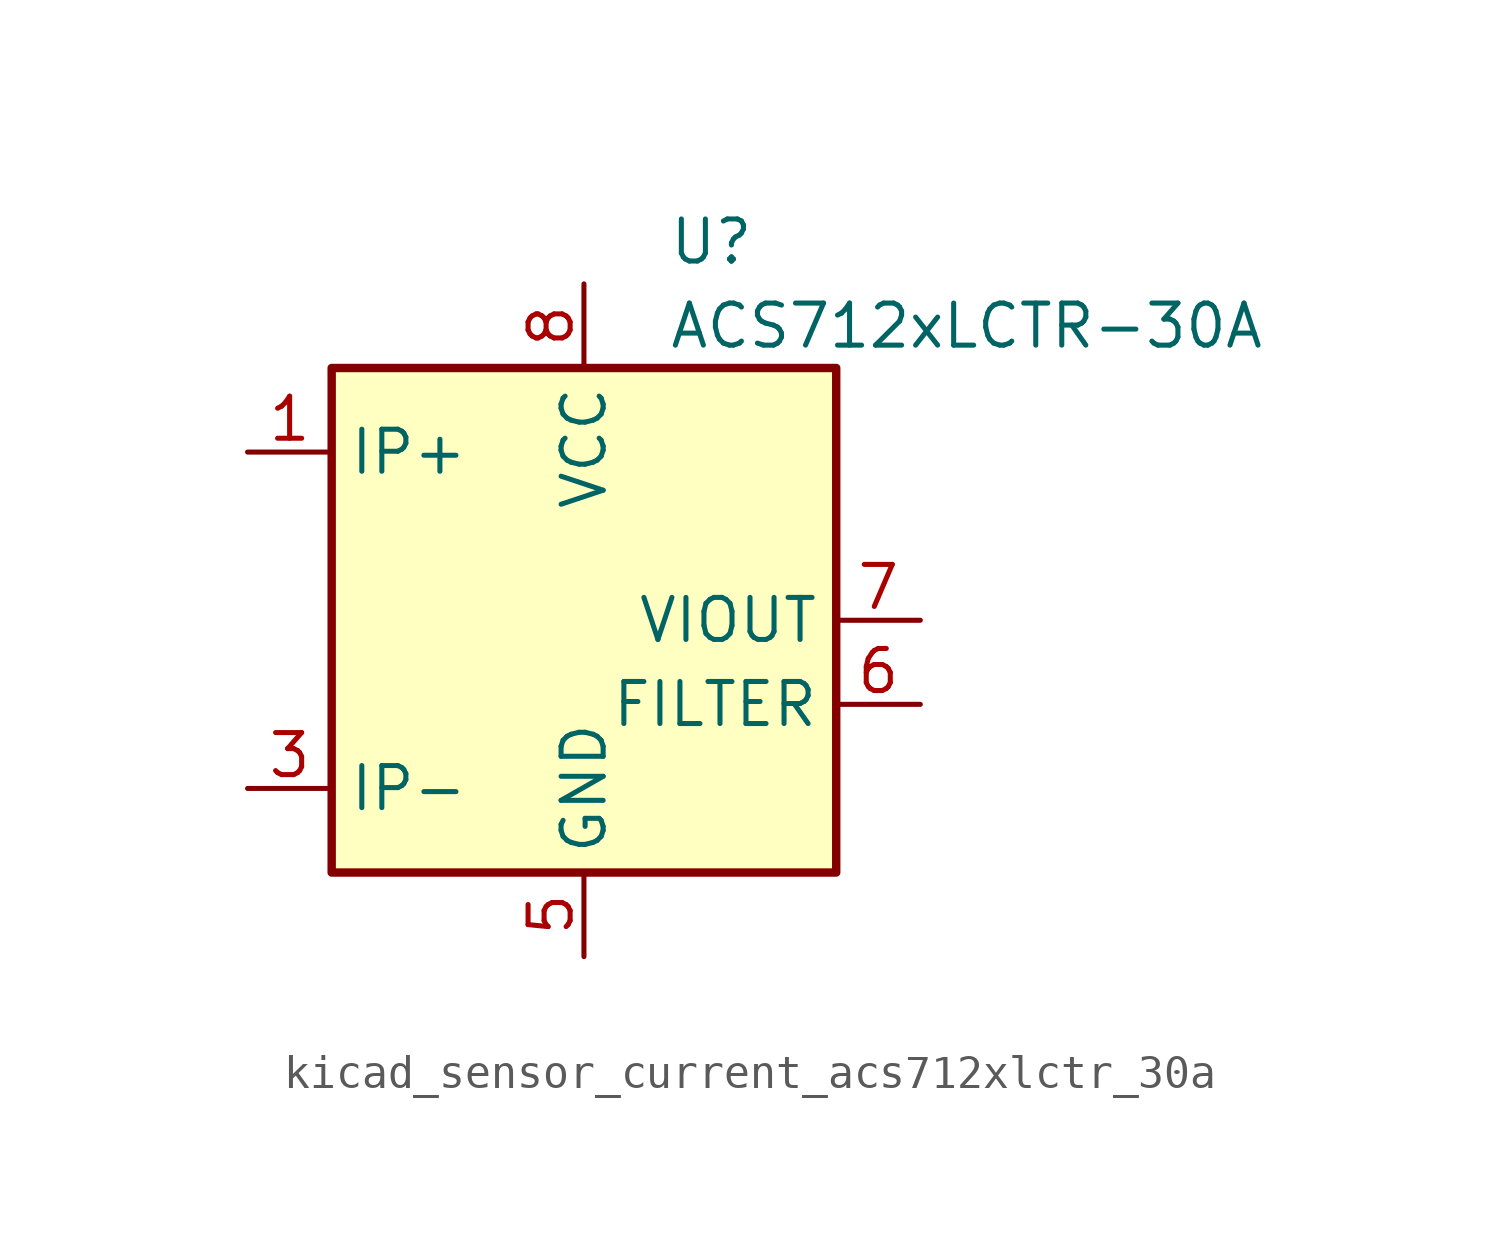
<source format=kicad_sym>
(kicad_symbol_lib
  (version 20220914)
  (generator kicad_symbol_editor)
  (symbol "kicad_sensor_current_acs712xlctr_30a"
    (property "Reference" "U"
      (at 2.54 11.43 0)
      (effects (font (size 1.27 1.27)) (justify left)))
    (property "Value" "ACS712xLCTR-30A"
      (at 2.54 8.89 0)
      (effects (font (size 1.27 1.27)) (justify left)))
    (symbol "kicad_sensor_current_acs712xlctr_30a_0_1"
      (rectangle (start -7.62 7.62) (end 7.62 -7.62) (stroke (width 0.254) (type default)) (fill (type background))))
    (symbol "kicad_sensor_current_acs712xlctr_30a_1_1"
      (pin passive line (at -10.16 5.08 0) (length 2.54) (name "IP+" (effects (font (size 1.27 1.27)))) (number "1" (effects (font (size 1.27 1.27)))))
      (pin passive line (at -10.16 5.08 0) (length 2.54) hide (name "IP+" (effects (font (size 1.27 1.27)))) (number "2" (effects (font (size 1.27 1.27)))))
      (pin passive line (at -10.16 -5.08 0) (length 2.54) (name "IP-" (effects (font (size 1.27 1.27)))) (number "3" (effects (font (size 1.27 1.27)))))
      (pin passive line (at -10.16 -5.08 0) (length 2.54) hide (name "IP-" (effects (font (size 1.27 1.27)))) (number "4" (effects (font (size 1.27 1.27)))))
      (pin power_in line (at 0 -10.16 90) (length 2.54) (name "GND" (effects (font (size 1.27 1.27)))) (number "5" (effects (font (size 1.27 1.27)))))
      (pin passive line (at 10.16 -2.54 180) (length 2.54) (name "FILTER" (effects (font (size 1.27 1.27)))) (number "6" (effects (font (size 1.27 1.27)))))
      (pin output line (at 10.16 0 180) (length 2.54) (name "VIOUT" (effects (font (size 1.27 1.27)))) (number "7" (effects (font (size 1.27 1.27)))))
      (pin power_in line (at 0 10.16 270) (length 2.54) (name "VCC" (effects (font (size 1.27 1.27)))) (number "8" (effects (font (size 1.27 1.27))))))))
</source>
